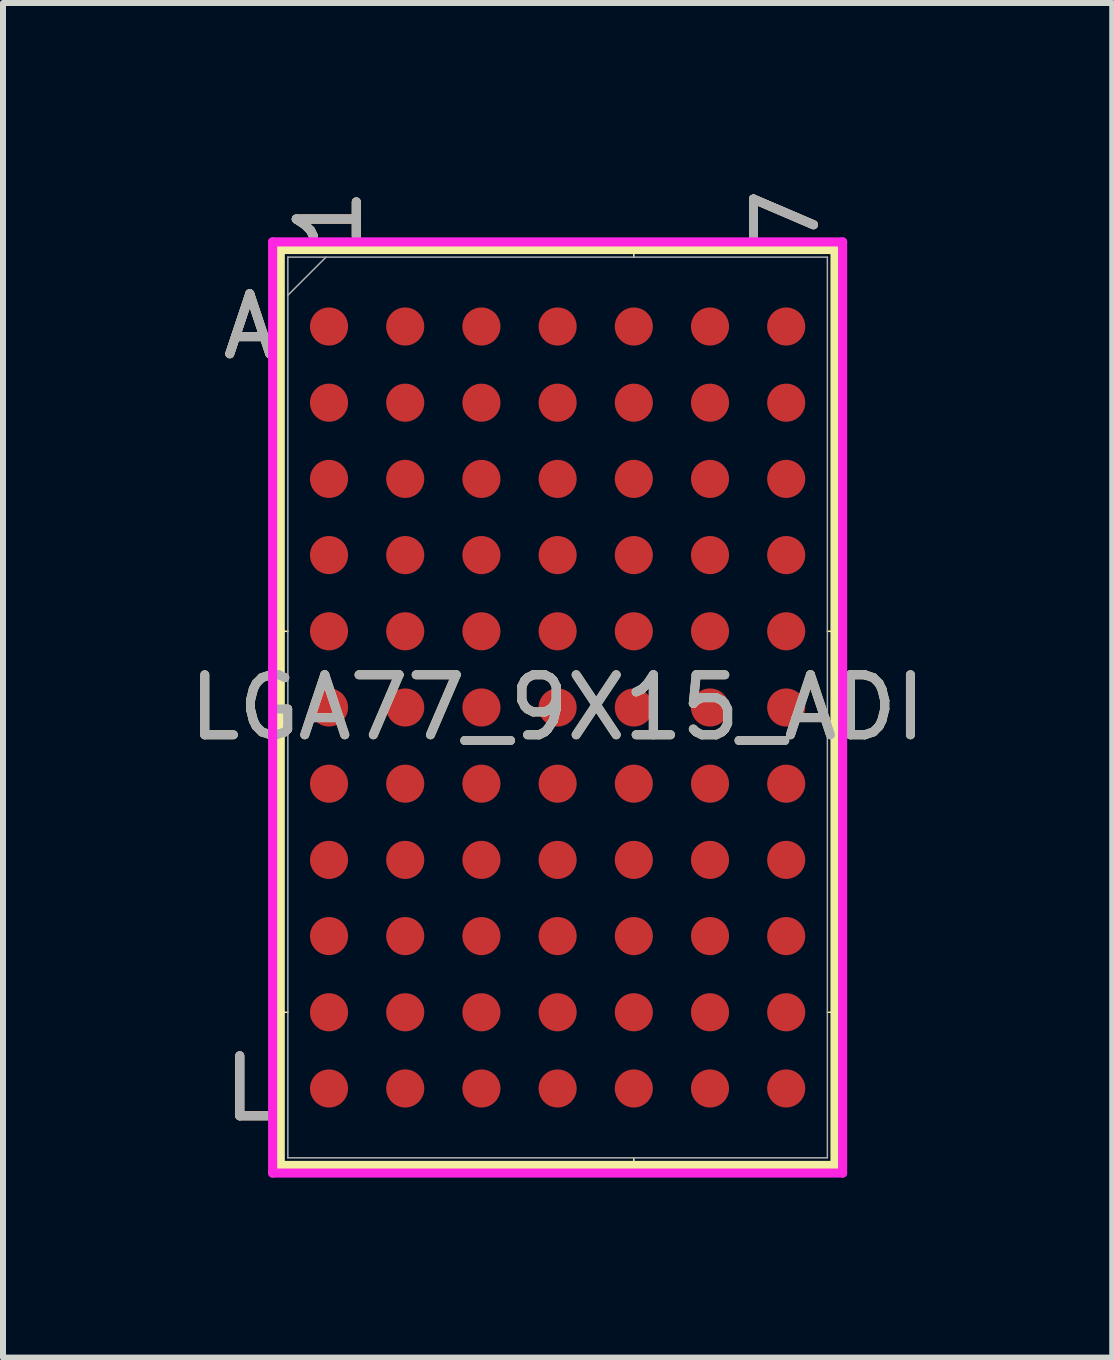
<source format=kicad_pcb>
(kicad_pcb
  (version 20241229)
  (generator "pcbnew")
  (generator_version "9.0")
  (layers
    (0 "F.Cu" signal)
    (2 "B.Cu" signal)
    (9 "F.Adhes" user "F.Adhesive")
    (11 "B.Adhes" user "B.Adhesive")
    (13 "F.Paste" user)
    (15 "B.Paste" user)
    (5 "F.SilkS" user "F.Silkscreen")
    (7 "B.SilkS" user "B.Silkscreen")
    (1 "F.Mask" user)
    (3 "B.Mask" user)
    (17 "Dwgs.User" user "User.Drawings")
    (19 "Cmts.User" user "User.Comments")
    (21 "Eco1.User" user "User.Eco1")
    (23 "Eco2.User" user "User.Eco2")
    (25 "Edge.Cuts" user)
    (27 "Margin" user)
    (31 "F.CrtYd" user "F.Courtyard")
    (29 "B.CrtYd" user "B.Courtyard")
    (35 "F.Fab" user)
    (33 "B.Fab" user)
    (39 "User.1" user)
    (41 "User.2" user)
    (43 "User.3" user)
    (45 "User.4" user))
  (footprint "LGA77_9X15_ADI"
    (layer "F.Cu")
    (at 6.244 8.742)
    (property "Reference" "LGA77_9X15_ADI" (at 0 0 0) (unlocked yes) (layer "F.SilkS") (effects (font (size 1 1) (thickness 0.15))))
    (attr smd)
    (fp_line (start -4.623 -7.633) (end -4.623 7.633) (stroke (width 0.152) (type solid)) (layer "F.SilkS"))
    (fp_line (start -4.623 7.633) (end 4.623 7.633) (stroke (width 0.152) (type solid)) (layer "F.SilkS"))
    (fp_line (start -4.496 -1.27) (end -4.75 -1.27) (stroke (width 0.025) (type solid)) (layer "F.SilkS"))
    (fp_line (start -4.496 5.08) (end -4.75 5.08) (stroke (width 0.025) (type solid)) (layer "F.SilkS"))
    (fp_line (start 1.27 -7.506) (end 1.27 -7.76) (stroke (width 0.025) (type solid)) (layer "F.SilkS"))
    (fp_line (start 1.27 7.506) (end 1.27 7.76) (stroke (width 0.025) (type solid)) (layer "F.SilkS"))
    (fp_line (start 4.496 -1.27) (end 4.75 -1.27) (stroke (width 0.025) (type solid)) (layer "F.SilkS"))
    (fp_line (start 4.496 5.08) (end 4.75 5.08) (stroke (width 0.025) (type solid)) (layer "F.SilkS"))
    (fp_line (start 4.623 -7.633) (end -4.623 -7.633) (stroke (width 0.152) (type solid)) (layer "F.SilkS"))
    (fp_line (start 4.623 7.633) (end 4.623 -7.633) (stroke (width 0.152) (type solid)) (layer "F.SilkS"))
    (fp_poly (pts (xy -4.953 -7.493) (xy 4.953 -7.493) (xy 4.953 7.493) (xy -4.953 7.493)) (stroke (width 0.1) (type solid)) (fill no) (layer "Eco2.User"))
    (fp_line (start -4.75 -7.76) (end 4.75 -7.76) (stroke (width 0.152) (type solid)) (layer "F.CrtYd"))
    (fp_line (start -4.75 7.76) (end -4.75 -7.76) (stroke (width 0.152) (type solid)) (layer "F.CrtYd"))
    (fp_line (start 4.75 -7.76) (end 4.75 7.76) (stroke (width 0.152) (type solid)) (layer "F.CrtYd"))
    (fp_line (start 4.75 7.76) (end -4.75 7.76) (stroke (width 0.152) (type solid)) (layer "F.CrtYd"))
    (fp_line (start -4.496 -7.506) (end -4.496 7.506) (stroke (width 0.025) (type solid)) (layer "F.Fab"))
    (fp_line (start -4.496 7.506) (end 4.496 7.506) (stroke (width 0.025) (type solid)) (layer "F.Fab"))
    (fp_line (start -3.861 -7.506) (end -4.496 -6.871) (stroke (width 0.025) (type solid)) (layer "F.Fab"))
    (fp_line (start 4.496 -7.506) (end -4.496 -7.506) (stroke (width 0.025) (type solid)) (layer "F.Fab"))
    (fp_line (start 4.496 7.506) (end 4.496 -7.506) (stroke (width 0.025) (type solid)) (layer "F.Fab"))
    (fp_text user "L" (at -5.131 6.35 0) (unlocked yes) (layer "F.SilkS") (effects (font (size 1 1) (thickness 0.15))))
    (fp_text user "A" (at -5.131 -6.35 0) (unlocked yes) (layer "F.SilkS") (effects (font (size 1 1) (thickness 0.15))))
    (fp_text user "7" (at 3.81 -8.141 90) (unlocked yes) (layer "F.SilkS") (effects (font (size 1 1) (thickness 0.15))))
    (fp_text user "1" (at -3.81 -8.141 90) (unlocked yes) (layer "F.SilkS") (effects (font (size 1 1) (thickness 0.15))))
    (fp_text user "1" (at -3.81 -8.141 90) (unlocked yes) (layer "B.SilkS") (effects (font (size 1 1) (thickness 0.15))))
    (fp_text user "7" (at 3.81 -8.141 90) (unlocked yes) (layer "B.SilkS") (effects (font (size 1 1) (thickness 0.15))))
    (fp_text user "L" (at -5.131 6.35 0) (unlocked yes) (layer "B.SilkS") (effects (font (size 1 1) (thickness 0.15))))
    (fp_text user "A" (at -5.131 -6.35 0) (unlocked yes) (layer "B.SilkS") (effects (font (size 1 1) (thickness 0.15))))
    (fp_text user "${REFERENCE}" (at 0 0 0) (unlocked yes) (layer "F.Fab") (effects (font (size 1 1) (thickness 0.15))))
    (fp_text user "L" (at -5.131 6.35 0) (unlocked yes) (layer "F.Fab") (effects (font (size 1 1) (thickness 0.15))))
    (fp_text user "A" (at -5.131 -6.35 0) (unlocked yes) (layer "F.Fab") (effects (font (size 1 1) (thickness 0.15))))
    (fp_text user "7" (at 3.81 -8.141 90) (unlocked yes) (layer "F.Fab") (effects (font (size 1 1) (thickness 0.15))))
    (fp_text user "1" (at -3.81 -8.141 90) (unlocked yes) (layer "F.Fab") (effects (font (size 1 1) (thickness 0.15))))
    (pad "A1" smd circle (at -3.81 -6.35) (size 0.635 0.635) (layers "F.Cu" "F.Mask" "F.Paste"))
    (pad "A2" smd circle (at -2.54 -6.35) (size 0.635 0.635) (layers "F.Cu" "F.Mask" "F.Paste"))
    (pad "A3" smd circle (at -1.27 -6.35) (size 0.635 0.635) (layers "F.Cu" "F.Mask" "F.Paste"))
    (pad "A4" smd circle (at 0 -6.35) (size 0.635 0.635) (layers "F.Cu" "F.Mask" "F.Paste"))
    (pad "A5" smd circle (at 1.27 -6.35) (size 0.635 0.635) (layers "F.Cu" "F.Mask" "F.Paste"))
    (pad "A6" smd circle (at 2.54 -6.35) (size 0.635 0.635) (layers "F.Cu" "F.Mask" "F.Paste"))
    (pad "A7" smd circle (at 3.81 -6.35) (size 0.635 0.635) (layers "F.Cu" "F.Mask" "F.Paste"))
    (pad "B1" smd circle (at -3.81 -5.08) (size 0.635 0.635) (layers "F.Cu" "F.Mask" "F.Paste"))
    (pad "B2" smd circle (at -2.54 -5.08) (size 0.635 0.635) (layers "F.Cu" "F.Mask" "F.Paste"))
    (pad "B3" smd circle (at -1.27 -5.08) (size 0.635 0.635) (layers "F.Cu" "F.Mask" "F.Paste"))
    (pad "B4" smd circle (at 0 -5.08) (size 0.635 0.635) (layers "F.Cu" "F.Mask" "F.Paste"))
    (pad "B5" smd circle (at 1.27 -5.08) (size 0.635 0.635) (layers "F.Cu" "F.Mask" "F.Paste"))
    (pad "B6" smd circle (at 2.54 -5.08) (size 0.635 0.635) (layers "F.Cu" "F.Mask" "F.Paste"))
    (pad "B7" smd circle (at 3.81 -5.08) (size 0.635 0.635) (layers "F.Cu" "F.Mask" "F.Paste"))
    (pad "C1" smd circle (at -3.81 -3.81) (size 0.635 0.635) (layers "F.Cu" "F.Mask" "F.Paste"))
    (pad "C2" smd circle (at -2.54 -3.81) (size 0.635 0.635) (layers "F.Cu" "F.Mask" "F.Paste"))
    (pad "C3" smd circle (at -1.27 -3.81) (size 0.635 0.635) (layers "F.Cu" "F.Mask" "F.Paste"))
    (pad "C4" smd circle (at 0 -3.81) (size 0.635 0.635) (layers "F.Cu" "F.Mask" "F.Paste"))
    (pad "C5" smd circle (at 1.27 -3.81) (size 0.635 0.635) (layers "F.Cu" "F.Mask" "F.Paste"))
    (pad "C6" smd circle (at 2.54 -3.81) (size 0.635 0.635) (layers "F.Cu" "F.Mask" "F.Paste"))
    (pad "C7" smd circle (at 3.81 -3.81) (size 0.635 0.635) (layers "F.Cu" "F.Mask" "F.Paste"))
    (pad "D1" smd circle (at -3.81 -2.54) (size 0.635 0.635) (layers "F.Cu" "F.Mask" "F.Paste"))
    (pad "D2" smd circle (at -2.54 -2.54) (size 0.635 0.635) (layers "F.Cu" "F.Mask" "F.Paste"))
    (pad "D3" smd circle (at -1.27 -2.54) (size 0.635 0.635) (layers "F.Cu" "F.Mask" "F.Paste"))
    (pad "D4" smd circle (at 0 -2.54) (size 0.635 0.635) (layers "F.Cu" "F.Mask" "F.Paste"))
    (pad "D5" smd circle (at 1.27 -2.54) (size 0.635 0.635) (layers "F.Cu" "F.Mask" "F.Paste"))
    (pad "D6" smd circle (at 2.54 -2.54) (size 0.635 0.635) (layers "F.Cu" "F.Mask" "F.Paste"))
    (pad "D7" smd circle (at 3.81 -2.54) (size 0.635 0.635) (layers "F.Cu" "F.Mask" "F.Paste"))
    (pad "E1" smd circle (at -3.81 -1.27) (size 0.635 0.635) (layers "F.Cu" "F.Mask" "F.Paste"))
    (pad "E2" smd circle (at -2.54 -1.27) (size 0.635 0.635) (layers "F.Cu" "F.Mask" "F.Paste"))
    (pad "E3" smd circle (at -1.27 -1.27) (size 0.635 0.635) (layers "F.Cu" "F.Mask" "F.Paste"))
    (pad "E4" smd circle (at 0 -1.27) (size 0.635 0.635) (layers "F.Cu" "F.Mask" "F.Paste"))
    (pad "E5" smd circle (at 1.27 -1.27) (size 0.635 0.635) (layers "F.Cu" "F.Mask" "F.Paste"))
    (pad "E6" smd circle (at 2.54 -1.27) (size 0.635 0.635) (layers "F.Cu" "F.Mask" "F.Paste"))
    (pad "E7" smd circle (at 3.81 -1.27) (size 0.635 0.635) (layers "F.Cu" "F.Mask" "F.Paste"))
    (pad "F1" smd circle (at -3.81 0) (size 0.635 0.635) (layers "F.Cu" "F.Mask" "F.Paste"))
    (pad "F2" smd circle (at -2.54 0) (size 0.635 0.635) (layers "F.Cu" "F.Mask" "F.Paste"))
    (pad "F3" smd circle (at -1.27 0) (size 0.635 0.635) (layers "F.Cu" "F.Mask" "F.Paste"))
    (pad "F4" smd circle (at 0 0) (size 0.635 0.635) (layers "F.Cu" "F.Mask" "F.Paste"))
    (pad "F5" smd circle (at 1.27 0) (size 0.635 0.635) (layers "F.Cu" "F.Mask" "F.Paste"))
    (pad "F6" smd circle (at 2.54 0) (size 0.635 0.635) (layers "F.Cu" "F.Mask" "F.Paste"))
    (pad "F7" smd circle (at 3.81 0) (size 0.635 0.635) (layers "F.Cu" "F.Mask" "F.Paste"))
    (pad "G1" smd circle (at -3.81 1.27) (size 0.635 0.635) (layers "F.Cu" "F.Mask" "F.Paste"))
    (pad "G2" smd circle (at -2.54 1.27) (size 0.635 0.635) (layers "F.Cu" "F.Mask" "F.Paste"))
    (pad "G3" smd circle (at -1.27 1.27) (size 0.635 0.635) (layers "F.Cu" "F.Mask" "F.Paste"))
    (pad "G4" smd circle (at 0 1.27) (size 0.635 0.635) (layers "F.Cu" "F.Mask" "F.Paste"))
    (pad "G5" smd circle (at 1.27 1.27) (size 0.635 0.635) (layers "F.Cu" "F.Mask" "F.Paste"))
    (pad "G6" smd circle (at 2.54 1.27) (size 0.635 0.635) (layers "F.Cu" "F.Mask" "F.Paste"))
    (pad "G7" smd circle (at 3.81 1.27) (size 0.635 0.635) (layers "F.Cu" "F.Mask" "F.Paste"))
    (pad "H1" smd circle (at -3.81 2.54) (size 0.635 0.635) (layers "F.Cu" "F.Mask" "F.Paste"))
    (pad "H2" smd circle (at -2.54 2.54) (size 0.635 0.635) (layers "F.Cu" "F.Mask" "F.Paste"))
    (pad "H3" smd circle (at -1.27 2.54) (size 0.635 0.635) (layers "F.Cu" "F.Mask" "F.Paste"))
    (pad "H4" smd circle (at 0 2.54) (size 0.635 0.635) (layers "F.Cu" "F.Mask" "F.Paste"))
    (pad "H5" smd circle (at 1.27 2.54) (size 0.635 0.635) (layers "F.Cu" "F.Mask" "F.Paste"))
    (pad "H6" smd circle (at 2.54 2.54) (size 0.635 0.635) (layers "F.Cu" "F.Mask" "F.Paste"))
    (pad "H7" smd circle (at 3.81 2.54) (size 0.635 0.635) (layers "F.Cu" "F.Mask" "F.Paste"))
    (pad "J1" smd circle (at -3.81 3.81) (size 0.635 0.635) (layers "F.Cu" "F.Mask" "F.Paste"))
    (pad "J2" smd circle (at -2.54 3.81) (size 0.635 0.635) (layers "F.Cu" "F.Mask" "F.Paste"))
    (pad "J3" smd circle (at -1.27 3.81) (size 0.635 0.635) (layers "F.Cu" "F.Mask" "F.Paste"))
    (pad "J4" smd circle (at 0 3.81) (size 0.635 0.635) (layers "F.Cu" "F.Mask" "F.Paste"))
    (pad "J5" smd circle (at 1.27 3.81) (size 0.635 0.635) (layers "F.Cu" "F.Mask" "F.Paste"))
    (pad "J6" smd circle (at 2.54 3.81) (size 0.635 0.635) (layers "F.Cu" "F.Mask" "F.Paste"))
    (pad "J7" smd circle (at 3.81 3.81) (size 0.635 0.635) (layers "F.Cu" "F.Mask" "F.Paste"))
    (pad "K1" smd circle (at -3.81 5.08) (size 0.635 0.635) (layers "F.Cu" "F.Mask" "F.Paste"))
    (pad "K2" smd circle (at -2.54 5.08) (size 0.635 0.635) (layers "F.Cu" "F.Mask" "F.Paste"))
    (pad "K3" smd circle (at -1.27 5.08) (size 0.635 0.635) (layers "F.Cu" "F.Mask" "F.Paste"))
    (pad "K4" smd circle (at 0 5.08) (size 0.635 0.635) (layers "F.Cu" "F.Mask" "F.Paste"))
    (pad "K5" smd circle (at 1.27 5.08) (size 0.635 0.635) (layers "F.Cu" "F.Mask" "F.Paste"))
    (pad "K6" smd circle (at 2.54 5.08) (size 0.635 0.635) (layers "F.Cu" "F.Mask" "F.Paste"))
    (pad "K7" smd circle (at 3.81 5.08) (size 0.635 0.635) (layers "F.Cu" "F.Mask" "F.Paste"))
    (pad "L1" smd circle (at -3.81 6.35) (size 0.635 0.635) (layers "F.Cu" "F.Mask" "F.Paste"))
    (pad "L2" smd circle (at -2.54 6.35) (size 0.635 0.635) (layers "F.Cu" "F.Mask" "F.Paste"))
    (pad "L3" smd circle (at -1.27 6.35) (size 0.635 0.635) (layers "F.Cu" "F.Mask" "F.Paste"))
    (pad "L4" smd circle (at 0 6.35) (size 0.635 0.635) (layers "F.Cu" "F.Mask" "F.Paste"))
    (pad "L5" smd circle (at 1.27 6.35) (size 0.635 0.635) (layers "F.Cu" "F.Mask" "F.Paste"))
    (pad "L6" smd circle (at 2.54 6.35) (size 0.635 0.635) (layers "F.Cu" "F.Mask" "F.Paste"))
    (pad "L7" smd circle (at 3.81 6.35) (size 0.635 0.635) (layers "F.Cu" "F.Mask" "F.Paste")))
  (gr_rect
    (start -3 -3)
    (end 15.488 19.578)
    (stroke (width 0.1) (type default))
    (fill no)
    (layer "Edge.Cuts")))
</source>
